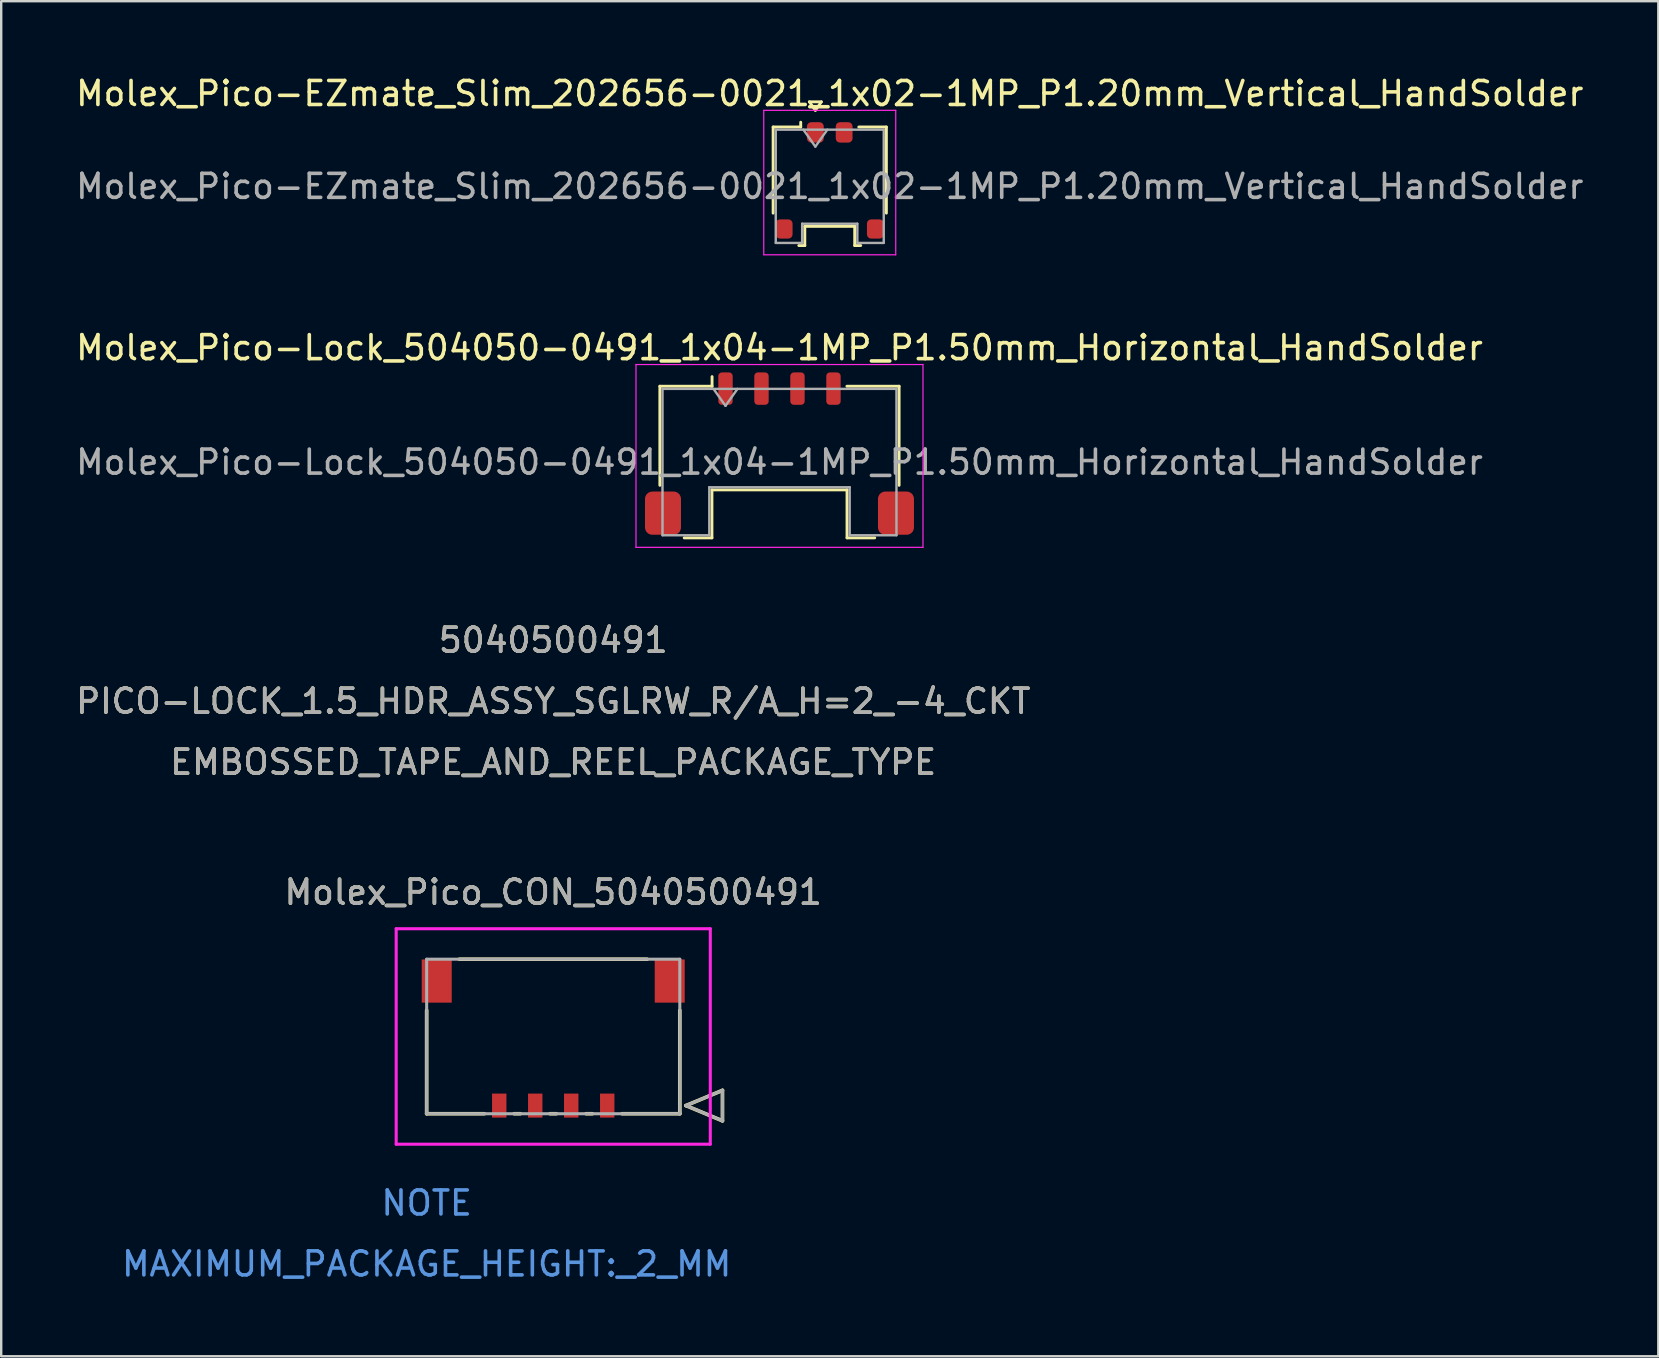
<source format=kicad_pcb>
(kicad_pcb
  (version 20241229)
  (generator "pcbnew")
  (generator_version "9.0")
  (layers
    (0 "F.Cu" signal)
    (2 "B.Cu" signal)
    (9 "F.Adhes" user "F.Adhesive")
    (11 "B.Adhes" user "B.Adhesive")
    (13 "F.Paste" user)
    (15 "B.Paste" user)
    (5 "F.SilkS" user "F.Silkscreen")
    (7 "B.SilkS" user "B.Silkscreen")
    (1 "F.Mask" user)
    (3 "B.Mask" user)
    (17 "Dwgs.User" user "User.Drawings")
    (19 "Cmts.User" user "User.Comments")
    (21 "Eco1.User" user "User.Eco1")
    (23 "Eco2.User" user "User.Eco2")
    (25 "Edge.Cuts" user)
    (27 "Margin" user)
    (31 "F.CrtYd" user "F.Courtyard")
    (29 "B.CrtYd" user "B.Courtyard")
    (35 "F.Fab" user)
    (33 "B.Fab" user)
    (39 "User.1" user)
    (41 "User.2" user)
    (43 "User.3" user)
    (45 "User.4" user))
  (footprint "Molex_Pico-EZmate_Slim_202656-0021_1x02-1MP_P1.20mm_Vertical_HandSolder"
    (layer "F.Cu")
    (at 31.53 4.468)
    (property "Reference" "Molex_Pico-EZmate_Slim_202656-0021_1x02-1MP_P1.20mm_Vertical_HandSolder" (at 0 -3.62 0) (layer "F.SilkS") (effects (font (size 1 1) (thickness 0.15))))
    (attr smd)
    (fp_line (start -2.36 -2.225) (end -1.21 -2.225) (stroke (width 0.12) (type solid)) (layer "F.SilkS"))
    (fp_line (start -2.36 1.365) (end -2.36 -2.225) (stroke (width 0.12) (type solid)) (layer "F.SilkS"))
    (fp_line (start -1.29 2.715) (end -1.04 2.715) (stroke (width 0.12) (type solid)) (layer "F.SilkS"))
    (fp_line (start -1.21 -2.225) (end -1.21 -2.425) (stroke (width 0.12) (type solid)) (layer "F.SilkS"))
    (fp_line (start -1.04 1.915) (end 1.04 1.915) (stroke (width 0.12) (type solid)) (layer "F.SilkS"))
    (fp_line (start -1.04 2.715) (end -1.04 1.915) (stroke (width 0.12) (type solid)) (layer "F.SilkS"))
    (fp_line (start -0.85 -3.274) (end -0.6 -2.92) (stroke (width 0.12) (type solid)) (layer "F.SilkS"))
    (fp_line (start -0.6 -2.92) (end -0.35 -3.274) (stroke (width 0.12) (type solid)) (layer "F.SilkS"))
    (fp_line (start -0.35 -3.274) (end -0.85 -3.274) (stroke (width 0.12) (type solid)) (layer "F.SilkS"))
    (fp_line (start 1.04 1.915) (end 1.04 2.715) (stroke (width 0.12) (type solid)) (layer "F.SilkS"))
    (fp_line (start 1.04 2.715) (end 1.29 2.715) (stroke (width 0.12) (type solid)) (layer "F.SilkS"))
    (fp_line (start 2.36 -2.225) (end 1.21 -2.225) (stroke (width 0.12) (type solid)) (layer "F.SilkS"))
    (fp_line (start 2.36 1.365) (end 2.36 -2.225) (stroke (width 0.12) (type solid)) (layer "F.SilkS"))
    (fp_line (start -2.75 -2.92) (end -2.75 3.1) (stroke (width 0.05) (type solid)) (layer "F.CrtYd"))
    (fp_line (start -2.75 3.1) (end 2.75 3.1) (stroke (width 0.05) (type solid)) (layer "F.CrtYd"))
    (fp_line (start 2.75 -2.92) (end -2.75 -2.92) (stroke (width 0.05) (type solid)) (layer "F.CrtYd"))
    (fp_line (start 2.75 3.1) (end 2.75 -2.92) (stroke (width 0.05) (type solid)) (layer "F.CrtYd"))
    (fp_line (start -2.25 -2.115) (end -2.25 2.605) (stroke (width 0.1) (type solid)) (layer "F.Fab"))
    (fp_line (start -2.25 -2.115) (end 2.25 -2.115) (stroke (width 0.1) (type solid)) (layer "F.Fab"))
    (fp_line (start -2.25 2.605) (end -1.15 2.605) (stroke (width 0.1) (type solid)) (layer "F.Fab"))
    (fp_line (start -1.15 1.805) (end 1.15 1.805) (stroke (width 0.1) (type solid)) (layer "F.Fab"))
    (fp_line (start -1.15 2.605) (end -1.15 1.805) (stroke (width 0.1) (type solid)) (layer "F.Fab"))
    (fp_line (start -1.1 -2.115) (end -0.6 -1.408) (stroke (width 0.1) (type solid)) (layer "F.Fab"))
    (fp_line (start -0.6 -1.408) (end -0.1 -2.115) (stroke (width 0.1) (type solid)) (layer "F.Fab"))
    (fp_line (start 1.15 1.805) (end 1.15 2.605) (stroke (width 0.1) (type solid)) (layer "F.Fab"))
    (fp_line (start 1.15 2.605) (end 2.25 2.605) (stroke (width 0.1) (type solid)) (layer "F.Fab"))
    (fp_line (start 2.25 -2.115) (end 2.25 2.605) (stroke (width 0.1) (type solid)) (layer "F.Fab"))
    (fp_text user "${REFERENCE}" (at 0 0.25 0) (layer "F.Fab") (effects (font (size 1 1) (thickness 0.15))))
    (pad "1" smd roundrect (at -0.6 -2) (size 0.7 0.85) (layers "F.Cu" "F.Mask" "F.Paste") (roundrect_rratio 0.25))
    (pad "2" smd roundrect (at 0.6 -2) (size 0.7 0.85) (layers "F.Cu" "F.Mask" "F.Paste") (roundrect_rratio 0.25))
    (pad "MP" smd roundrect (at -1.9 2.025) (size 0.7 0.8) (layers "F.Cu" "F.Mask" "F.Paste") (roundrect_rratio 0.25))
    (pad "MP" smd roundrect (at 1.9 2.025) (size 0.7 0.8) (layers "F.Cu" "F.Mask" "F.Paste") (roundrect_rratio 0.25)))
  (footprint "Molex_Pico-Lock_504050-0491_1x04-1MP_P1.50mm_Horizontal_HandSolder"
    (layer "F.Cu")
    (at 29.435 15.941)
    (property "Reference" "Molex_Pico-Lock_504050-0491_1x04-1MP_P1.50mm_Horizontal_HandSolder" (at 0 -4.5 0) (layer "F.SilkS") (effects (font (size 1 1) (thickness 0.15))))
    (attr smd)
    (fp_line (start -4.985 -2.895) (end -2.81 -2.895) (stroke (width 0.12) (type solid)) (layer "F.SilkS"))
    (fp_line (start -4.985 1.235) (end -4.985 -2.895) (stroke (width 0.12) (type solid)) (layer "F.SilkS"))
    (fp_line (start -3.97 3.425) (end -2.815 3.425) (stroke (width 0.12) (type solid)) (layer "F.SilkS"))
    (fp_line (start -2.815 1.425) (end 2.815 1.425) (stroke (width 0.12) (type solid)) (layer "F.SilkS"))
    (fp_line (start -2.815 3.425) (end -2.815 1.425) (stroke (width 0.12) (type solid)) (layer "F.SilkS"))
    (fp_line (start -2.81 -2.895) (end -2.81 -3.295) (stroke (width 0.12) (type solid)) (layer "F.SilkS"))
    (fp_line (start 2.815 1.425) (end 2.815 3.425) (stroke (width 0.12) (type solid)) (layer "F.SilkS"))
    (fp_line (start 2.815 3.425) (end 3.97 3.425) (stroke (width 0.12) (type solid)) (layer "F.SilkS"))
    (fp_line (start 4.985 -2.895) (end 2.81 -2.895) (stroke (width 0.12) (type solid)) (layer "F.SilkS"))
    (fp_line (start 4.985 1.235) (end 4.985 -2.895) (stroke (width 0.12) (type solid)) (layer "F.SilkS"))
    (fp_line (start -5.98 -3.8) (end -5.98 3.82) (stroke (width 0.05) (type solid)) (layer "F.CrtYd"))
    (fp_line (start -5.98 3.82) (end 5.98 3.82) (stroke (width 0.05) (type solid)) (layer "F.CrtYd"))
    (fp_line (start 5.98 -3.8) (end -5.98 -3.8) (stroke (width 0.05) (type solid)) (layer "F.CrtYd"))
    (fp_line (start 5.98 3.82) (end 5.98 -3.8) (stroke (width 0.05) (type solid)) (layer "F.CrtYd"))
    (fp_line (start -4.875 -2.785) (end -4.875 3.315) (stroke (width 0.1) (type solid)) (layer "F.Fab"))
    (fp_line (start -4.875 -2.785) (end 4.875 -2.785) (stroke (width 0.1) (type solid)) (layer "F.Fab"))
    (fp_line (start -4.875 3.315) (end -2.925 3.315) (stroke (width 0.1) (type solid)) (layer "F.Fab"))
    (fp_line (start -2.925 1.315) (end 2.925 1.315) (stroke (width 0.1) (type solid)) (layer "F.Fab"))
    (fp_line (start -2.925 3.315) (end -2.925 1.315) (stroke (width 0.1) (type solid)) (layer "F.Fab"))
    (fp_line (start -2.75 -2.785) (end -2.25 -2.078) (stroke (width 0.1) (type solid)) (layer "F.Fab"))
    (fp_line (start -2.25 -2.078) (end -1.75 -2.785) (stroke (width 0.1) (type solid)) (layer "F.Fab"))
    (fp_line (start 2.925 1.315) (end 2.925 3.315) (stroke (width 0.1) (type solid)) (layer "F.Fab"))
    (fp_line (start 2.925 3.315) (end 4.875 3.315) (stroke (width 0.1) (type solid)) (layer "F.Fab"))
    (fp_line (start 4.875 -2.785) (end 4.875 3.315) (stroke (width 0.1) (type solid)) (layer "F.Fab"))
    (fp_text user "${REFERENCE}" (at 0 0.27 0) (layer "F.Fab") (effects (font (size 1 1) (thickness 0.15))))
    (pad "1" smd roundrect (at -2.25 -2.795) (size 0.6 1.35) (layers "F.Cu" "F.Mask" "F.Paste") (roundrect_rratio 0.25))
    (pad "2" smd roundrect (at -0.75 -2.795) (size 0.6 1.35) (layers "F.Cu" "F.Mask" "F.Paste") (roundrect_rratio 0.25))
    (pad "3" smd roundrect (at 0.75 -2.795) (size 0.6 1.35) (layers "F.Cu" "F.Mask" "F.Paste") (roundrect_rratio 0.25))
    (pad "4" smd roundrect (at 2.25 -2.795) (size 0.6 1.35) (layers "F.Cu" "F.Mask" "F.Paste") (roundrect_rratio 0.25))
    (pad "MP" smd roundrect (at -4.855 2.395) (size 1.5 1.8) (layers "F.Cu" "F.Mask" "F.Paste") (roundrect_rratio 0.2))
    (pad "MP" smd roundrect (at 4.855 2.395) (size 1.5 1.8) (layers "F.Cu" "F.Mask" "F.Paste") (roundrect_rratio 0.2)))
  (footprint "Molex_Pico_CON_5040500491"
    (layer "F.Cu")
    (at 22.256 43.025)
    (property "Reference" "Molex_Pico_CON_5040500491" (at -2.25 -8.89 0) (unlocked yes) (layer "F.SilkS") (effects (font (size 1 1) (thickness 0.15))))
    (attr smd)
    (fp_line (start -7.525 -3.97) (end -7.525 0.34) (stroke (width 0.152) (type solid)) (layer "F.SilkS"))
    (fp_line (start -7.525 0.34) (end -5.12 0.34) (stroke (width 0.152) (type solid)) (layer "F.SilkS"))
    (fp_line (start -3.88 0.34) (end -3.62 0.34) (stroke (width 0.152) (type solid)) (layer "F.SilkS"))
    (fp_line (start -2.38 0.34) (end -2.12 0.34) (stroke (width 0.152) (type solid)) (layer "F.SilkS"))
    (fp_line (start -0.88 0.34) (end -0.62 0.34) (stroke (width 0.152) (type solid)) (layer "F.SilkS"))
    (fp_line (start 0.62 0.34) (end 3.025 0.34) (stroke (width 0.152) (type solid)) (layer "F.SilkS"))
    (fp_line (start 1.66 -6.1) (end -6.16 -6.1) (stroke (width 0.152) (type solid)) (layer "F.SilkS"))
    (fp_line (start 3.025 0.34) (end 3.025 -3.97) (stroke (width 0.152) (type solid)) (layer "F.SilkS"))
    (fp_line (start 3.279 0) (end 4.803 -0.635) (stroke (width 0.152) (type solid)) (layer "F.SilkS"))
    (fp_line (start 4.803 -0.635) (end 4.803 0.635) (stroke (width 0.152) (type solid)) (layer "F.SilkS"))
    (fp_line (start 4.803 0.635) (end 3.279 0) (stroke (width 0.152) (type solid)) (layer "F.SilkS"))
    (fp_line (start -8.795 -7.37) (end -8.795 1.61) (stroke (width 0.127) (type solid)) (layer "F.CrtYd"))
    (fp_line (start -8.795 1.61) (end 4.295 1.61) (stroke (width 0.127) (type solid)) (layer "F.CrtYd"))
    (fp_line (start 4.295 -7.37) (end -8.795 -7.37) (stroke (width 0.127) (type solid)) (layer "F.CrtYd"))
    (fp_line (start 4.295 1.61) (end 4.295 -7.37) (stroke (width 0.127) (type solid)) (layer "F.CrtYd"))
    (fp_line (start -7.525 -6.1) (end -7.525 0.34) (stroke (width 0.127) (type solid)) (layer "F.Fab"))
    (fp_line (start -7.525 0.34) (end 3.025 0.34) (stroke (width 0.127) (type solid)) (layer "F.Fab"))
    (fp_line (start 3.025 -6.1) (end -7.525 -6.1) (stroke (width 0.127) (type solid)) (layer "F.Fab"))
    (fp_line (start 3.025 0.34) (end 3.025 -6.1) (stroke (width 0.127) (type solid)) (layer "F.Fab"))
    (fp_line (start 3.279 0) (end 4.803 -0.635) (stroke (width 0.127) (type solid)) (layer "F.Fab"))
    (fp_line (start 4.803 -0.635) (end 4.803 0.635) (stroke (width 0.127) (type solid)) (layer "F.Fab"))
    (fp_line (start 4.803 0.635) (end 3.279 0) (stroke (width 0.127) (type solid)) (layer "F.Fab"))
    (fp_text user "PICO-LOCK_1.5_HDR_ASSY_SGLRW_R/A_H=2_-4_CKT" (at -2.25 -16.85 0) (unlocked yes) (layer "F.SilkS") (effects (font (size 1 1) (thickness 0.15))))
    (fp_text user "5040500491" (at -2.25 -19.39 0) (unlocked yes) (layer "F.SilkS") (effects (font (size 1 1) (thickness 0.15))))
    (fp_text user "EMBOSSED_TAPE_AND_REEL_PACKAGE_TYPE" (at -2.25 -14.31 0) (unlocked yes) (layer "F.SilkS") (effects (font (size 1 1) (thickness 0.15))))
    (fp_text user "MAXIMUM_PACKAGE_HEIGHT:_2_MM" (at -7.525 6.6 0) (unlocked yes) (layer "Cmts.User") (effects (font (size 1 1) (thickness 0.15))))
    (fp_text user "NOTE" (at -7.525 4.06 0) (unlocked yes) (layer "Cmts.User") (effects (font (size 1 1) (thickness 0.15))))
    (fp_text user "EMBOSSED_TAPE_AND_REEL_PACKAGE_TYPE" (at -2.25 -14.31 0) (unlocked yes) (layer "F.Fab") (effects (font (size 1 1) (thickness 0.15))))
    (fp_text user "PICO-LOCK_1.5_HDR_ASSY_SGLRW_R/A_H=2_-4_CKT" (at -2.25 -16.85 0) (unlocked yes) (layer "F.Fab") (effects (font (size 1 1) (thickness 0.15))))
    (fp_text user "5040500491" (at -2.25 -19.39 0) (unlocked yes) (layer "F.Fab") (effects (font (size 1 1) (thickness 0.15))))
    (fp_text user "${REFERENCE}" (at -2.25 -8.89 0) (unlocked yes) (layer "F.Fab") (effects (font (size 1 1) (thickness 0.15))))
    (pad "1" smd rect (at 0 0) (size 0.6 1) (layers "F.Cu" "F.Mask" "F.Paste"))
    (pad "2" smd rect (at -1.5 0) (size 0.6 1) (layers "F.Cu" "F.Mask" "F.Paste"))
    (pad "3" smd rect (at -3 0) (size 0.6 1) (layers "F.Cu" "F.Mask" "F.Paste"))
    (pad "4" smd rect (at -4.5 0) (size 0.6 1) (layers "F.Cu" "F.Mask" "F.Paste"))
    (pad "5" smd rect (at 2.605 -5.19) (size 1.25 1.8) (layers "F.Cu" "F.Mask" "F.Paste"))
    (pad "6" smd rect (at -7.105 -5.19) (size 1.25 1.8) (layers "F.Cu" "F.Mask" "F.Paste")))
  (gr_rect
    (start -3 -3)
    (end 66.06 53.473)
    (stroke (width 0.1) (type default))
    (fill no)
    (layer "Edge.Cuts")))
</source>
